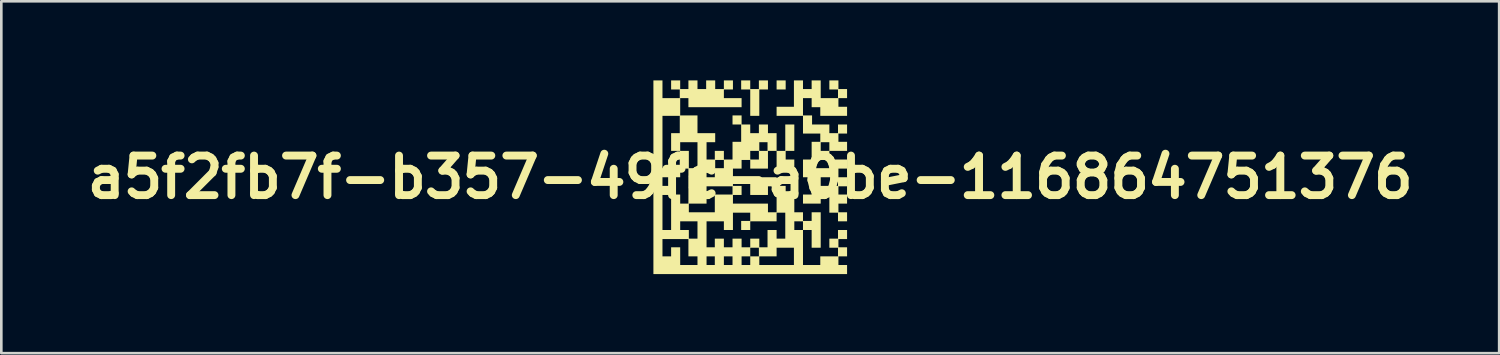
<source format=kicad_pcb>
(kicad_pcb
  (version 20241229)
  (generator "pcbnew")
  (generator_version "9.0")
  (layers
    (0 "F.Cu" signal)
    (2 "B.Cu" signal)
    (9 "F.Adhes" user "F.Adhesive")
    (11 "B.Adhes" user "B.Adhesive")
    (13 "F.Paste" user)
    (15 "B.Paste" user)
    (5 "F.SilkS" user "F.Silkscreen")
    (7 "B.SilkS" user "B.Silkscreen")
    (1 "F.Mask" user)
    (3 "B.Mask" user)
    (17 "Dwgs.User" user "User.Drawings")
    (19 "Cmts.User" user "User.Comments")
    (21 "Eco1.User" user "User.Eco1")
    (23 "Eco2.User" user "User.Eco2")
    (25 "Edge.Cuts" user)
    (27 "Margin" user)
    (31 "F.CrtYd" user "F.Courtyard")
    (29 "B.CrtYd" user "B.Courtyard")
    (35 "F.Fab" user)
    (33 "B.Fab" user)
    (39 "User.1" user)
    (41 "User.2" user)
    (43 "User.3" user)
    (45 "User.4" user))
  (footprint "a5f2fb7f-b357-49fc-a0be-116864751376"
    (layer "F.Cu")
    (at 25.407 3.673)
    (property "Reference" "a5f2fb7f-b357-49fc-a0be-116864751376" (at 0 0 0) (layer "F.SilkS") (effects (font (size 1.5 1.5) (thickness 0.3))))
    (attr board_only exclude_from_pos_files exclude_from_bom)
    (fp_poly (pts (xy 1.344 -3.501) (xy 1.344 -3.329) (xy 1.172 -3.329) (xy 1 -3.329) (xy 1 -3.501) (xy 1 -3.673) (xy 1.172 -3.673) (xy 1.344 -3.673)) (stroke (width 0) (type solid)) (fill yes) (layer "F.SilkS"))
    (fp_poly (pts (xy -0.000001 -3.509) (xy -0.000001 -3.345) (xy 0.164 -3.345) (xy 0.328 -3.345) (xy 0.328 -3.509) (xy 0.328 -3.673) (xy 0.5 -3.673) (xy 0.672 -3.673) (xy 0.672 -3.501) (xy 0.672 -3.329) (xy 0.508 -3.329) (xy 0.344 -3.329) (xy 0.344 -2.829) (xy 0.344 -2.329) (xy 0.172 -2.329) (xy -0.000001 -2.329) (xy -0.000001 -2.829) (xy -0.000001 -3.329) (xy -0.172 -3.329) (xy -0.344 -3.329) (xy -0.344 -3.501) (xy -0.344 -3.673) (xy -0.172 -3.673) (xy -0.000001 -3.673)) (stroke (width 0) (type solid)) (fill yes) (layer "F.SilkS"))
    (fp_poly (pts (xy 2.001 -3.509) (xy 2.001 -3.345) (xy 2.165 -3.345) (xy 2.329 -3.345) (xy 2.329 -3.509) (xy 2.329 -3.673) (xy 2.501 -3.673) (xy 2.673 -3.673) (xy 2.673 -3.337) (xy 2.673 -3.001) (xy 3.001 -3.001) (xy 3.329 -3.001) (xy 3.329 -3.165) (xy 3.329 -3.329) (xy 3.165 -3.329) (xy 3.001 -3.329) (xy 3.001 -3.501) (xy 3.001 -3.673) (xy 3.173 -3.673) (xy 3.345 -3.673) (xy 3.345 -3.509) (xy 3.345 -3.345) (xy 3.509 -3.345) (xy 3.673 -3.345) (xy 3.673 -3.173) (xy 3.673 -3.001) (xy 3.509 -3.001) (xy 3.345 -3.001) (xy 3.345 -2.837) (xy 3.345 -2.673) (xy 3.509 -2.673) (xy 3.673 -2.673) (xy 3.673 -2.501) (xy 3.673 -2.329) (xy 3.165 -2.329) (xy 2.657 -2.329) (xy 2.657 -2.493) (xy 2.657 -2.657) (xy 2.493 -2.657) (xy 2.329 -2.657) (xy 2.329 -2.829) (xy 2.329 -3.001) (xy 2.165 -3.001) (xy 2.001 -3.001) (xy 2.001 -2.673) (xy 2.001 -2.345) (xy 2.173 -2.345) (xy 2.345 -2.345) (xy 2.345 -2.173) (xy 2.345 -2.001) (xy 2.673 -2.001) (xy 3.001 -2.001) (xy 3.001 -1.837) (xy 3.001 -1.672) (xy 3.165 -1.672) (xy 3.329 -1.672) (xy 3.329 -1.837) (xy 3.329 -2.001) (xy 3.501 -2.001) (xy 3.673 -2.001) (xy 3.673 -1.829) (xy 3.673 -1.657) (xy 3.509 -1.657) (xy 3.345 -1.657) (xy 3.345 -1.501) (xy 3.345 -1.344) (xy 3.509 -1.344) (xy 3.673 -1.344) (xy 3.673 -1.172) (xy 3.673 -1) (xy 3.337 -1) (xy 3.001 -1) (xy 3.001 -0.836) (xy 3.001 -0.672) (xy 3.337 -0.672) (xy 3.673 -0.672) (xy 3.673 -0.5) (xy 3.673 -0.328) (xy 3.509 -0.328) (xy 3.345 -0.328) (xy 3.345 -0.164) (xy 3.345 -0.000001) (xy 3.509 -0.000001) (xy 3.673 -0.000001) (xy 3.673 0.172) (xy 3.673 0.344) (xy 3.509 0.344) (xy 3.345 0.344) (xy 3.345 0.5) (xy 3.345 0.656) (xy 3.509 0.656) (xy 3.673 0.656) (xy 3.673 0.828) (xy 3.673 1) (xy 3.509 1) (xy 3.345 1) (xy 3.345 1.164) (xy 3.345 1.329) (xy 3.509 1.329) (xy 3.673 1.329) (xy 3.673 1.501) (xy 3.673 1.672) (xy 3.501 1.672) (xy 3.329 1.672) (xy 3.329 1.508) (xy 3.329 1.344) (xy 3.165 1.344) (xy 3.001 1.344) (xy 3.001 1.008) (xy 3.001 0.672) (xy 2.837 0.672) (xy 2.673 0.672) (xy 2.673 0.836) (xy 2.673 1) (xy 2.337 1) (xy 2.001 1) (xy 2.001 0.828) (xy 2.001 0.656) (xy 2.165 0.656) (xy 2.329 0.656) (xy 2.329 0.328) (xy 2.329 0.164) (xy 2.673 0.164) (xy 2.673 0.328) (xy 3.001 0.328) (xy 3.329 0.328) (xy 3.329 0.164) (xy 3.329 -0.000001) (xy 3.001 -0.000001) (xy 2.673 -0.000001) (xy 2.673 0.164) (xy 2.329 0.164) (xy 2.329 -0.000001) (xy 2.165 -0.000001) (xy 2.001 -0.000001) (xy 2.001 -0.336) (xy 2.001 -0.5) (xy 2.345 -0.5) (xy 2.345 -0.344) (xy 2.673 -0.344) (xy 3.001 -0.344) (xy 3.001 -0.5) (xy 3.001 -0.656) (xy 2.673 -0.656) (xy 2.345 -0.656) (xy 2.345 -0.5) (xy 2.001 -0.5) (xy 2.001 -0.672) (xy 2.165 -0.672) (xy 2.329 -0.672) (xy 2.329 -1.008) (xy 2.329 -1.164) (xy 2.673 -1.164) (xy 2.673 -1) (xy 2.837 -1) (xy 3.001 -1) (xy 3.001 -1.164) (xy 3.001 -1.329) (xy 2.837 -1.329) (xy 2.673 -1.329) (xy 2.673 -1.164) (xy 2.329 -1.164) (xy 2.329 -1.344) (xy 2.493 -1.344) (xy 2.657 -1.344) (xy 2.657 -1.501) (xy 2.657 -1.657) (xy 2.329 -1.657) (xy 2.001 -1.657) (xy 2.001 -1.993) (xy 2.001 -2.329) (xy 1.501 -2.329) (xy 1 -2.329) (xy 1 -2.501) (xy 1 -2.673) (xy 1.329 -2.673) (xy 1.657 -2.673) (xy 1.657 -3.173) (xy 1.657 -3.673) (xy 1.829 -3.673) (xy 2.001 -3.673)) (stroke (width 0) (type solid)) (fill yes) (layer "F.SilkS"))
    (fp_poly (pts (xy -3.329 -3.337) (xy -3.329 -3.001) (xy -3.001 -3.001) (xy -2.673 -3.001) (xy -2.673 -3.165) (xy -2.673 -3.329) (xy -2.837 -3.329) (xy -3.001 -3.329) (xy -3.001 -3.501) (xy -3.001 -3.673) (xy -2.829 -3.673) (xy -2.657 -3.673) (xy -2.657 -3.509) (xy -2.657 -3.345) (xy -2.501 -3.345) (xy -2.345 -3.345) (xy -2.345 -3.509) (xy -2.345 -3.673) (xy -2.173 -3.673) (xy -2.001 -3.673) (xy -2.001 -3.509) (xy -2.001 -3.345) (xy -1.837 -3.345) (xy -1.672 -3.345) (xy -1.672 -3.509) (xy -1.672 -3.673) (xy -1.501 -3.673) (xy -1.329 -3.673) (xy -1.329 -3.509) (xy -1.329 -3.345) (xy -1.164 -3.345) (xy -1 -3.345) (xy -1 -3.509) (xy -1 -3.673) (xy -0.828 -3.673) (xy -0.656 -3.673) (xy -0.656 -3.501) (xy -0.656 -3.329) (xy -0.828 -3.329) (xy -1 -3.329) (xy -1 -3.165) (xy -1 -3.001) (xy -0.664 -3.001) (xy -0.328 -3.001) (xy -0.328 -2.829) (xy -0.328 -2.657) (xy -1.336 -2.657) (xy -2.345 -2.657) (xy -2.345 -2.829) (xy -2.345 -3.001) (xy -2.501 -3.001) (xy -2.657 -3.001) (xy -2.657 -2.673) (xy -2.657 -2.345) (xy -2.329 -2.345) (xy -2.001 -2.345) (xy -2.001 -2.009) (xy -2.001 -1.672) (xy -1.665 -1.672) (xy -1.329 -1.672) (xy -1.329 -1.501) (xy -1.329 -1.329) (xy -1.493 -1.329) (xy -1.657 -1.329) (xy -1.657 -1) (xy -1.657 -0.672) (xy -1.501 -0.672) (xy -1.344 -0.672) (xy -1.344 -0.836) (xy -1.344 -1) (xy -1.172 -1) (xy -1 -1) (xy -1 -0.836) (xy -1 -0.672) (xy -0.836 -0.672) (xy -0.672 -0.672) (xy -0.672 -0.836) (xy -0.000001 -0.836) (xy -0.000001 -0.672) (xy 0.164 -0.672) (xy 0.328 -0.672) (xy 0.328 -0.836) (xy 0.328 -1) (xy 0.164 -1) (xy -0.000001 -1) (xy -0.000001 -0.836) (xy -0.672 -0.836) (xy -0.672 -1.008) (xy -0.672 -1.164) (xy 0.344 -1.164) (xy 0.344 -1) (xy 0.5 -1) (xy 0.656 -1) (xy 0.656 -1.164) (xy 0.656 -1.329) (xy 0.5 -1.329) (xy 0.344 -1.329) (xy 0.344 -1.164) (xy -0.672 -1.164) (xy -0.672 -1.344) (xy -0.508 -1.344) (xy -0.344 -1.344) (xy -0.344 -1.672) (xy -0.344 -2.001) (xy -0.508 -2.001) (xy -0.672 -2.001) (xy -0.672 -2.173) (xy -0.672 -2.345) (xy -0.5 -2.345) (xy -0.328 -2.345) (xy -0.328 -2.173) (xy -0.328 -2.001) (xy -0.164 -2.001) (xy -0.000001 -2.001) (xy -0.000001 -1.837) (xy -0.000001 -1.672) (xy 0.164 -1.672) (xy 0.328 -1.672) (xy 0.328 -1.837) (xy 0.328 -2.001) (xy 0.5 -2.001) (xy 0.672 -2.001) (xy 0.672 -1.837) (xy 0.672 -1.672) (xy 0.836 -1.672) (xy 1 -1.672) (xy 1 -1.336) (xy 1 -1) (xy 1.164 -1) (xy 1.329 -1) (xy 1.329 -1.501) (xy 1.329 -2.001) (xy 1.501 -2.001) (xy 1.672 -2.001) (xy 1.672 -1.501) (xy 1.672 -1) (xy 1.508 -1) (xy 1.344 -1) (xy 1.344 -0.836) (xy 1.344 -0.672) (xy 1.508 -0.672) (xy 1.672 -0.672) (xy 1.672 -0.5) (xy 1.672 -0.328) (xy 1.336 -0.328) (xy 1 -0.328) (xy 1 -0.664) (xy 1 -1) (xy 0.836 -1) (xy 0.672 -1) (xy 0.672 -0.664) (xy 0.672 -0.328) (xy 0.336 -0.328) (xy -0.000001 -0.328) (xy -0.000001 -0.492) (xy -0.000001 -0.656) (xy -0.164 -0.656) (xy -0.328 -0.656) (xy -0.328 -0.492) (xy -0.328 -0.328) (xy -0.492 -0.328) (xy -0.656 -0.328) (xy -0.656 -0.000001) (xy -0.656 0.328) (xy -0.492 0.328) (xy -0.328 0.328) (xy -0.328 0.5) (xy -0.328 0.672) (xy -0.492 0.672) (xy -0.656 0.672) (xy -0.656 0.836) (xy -0.656 1) (xy 0.008 1) (xy 0.672 1) (xy 0.672 1.164) (xy 0.672 1.329) (xy 0.836 1.329) (xy 1 1.329) (xy 1 0.836) (xy 1 0.344) (xy 0.836 0.344) (xy 0.672 0.344) (xy 0.672 0.508) (xy 0.672 0.672) (xy 0.336 0.672) (xy -0.000001 0.672) (xy -0.000001 0.336) (xy -0.000001 -0.000001) (xy 0.5 -0.000001) (xy 1 -0.000001) (xy 1 0.164) (xy 1 0.328) (xy 1.172 0.328) (xy 1.344 0.328) (xy 1.344 0.492) (xy 1.344 0.656) (xy 1.508 0.656) (xy 1.672 0.656) (xy 1.672 0.993) (xy 1.672 1.329) (xy 1.837 1.329) (xy 2.001 1.329) (xy 2.001 1.493) (xy 2.001 1.657) (xy 2.165 1.657) (xy 2.329 1.657) (xy 2.329 1.493) (xy 2.329 1.329) (xy 2.501 1.329) (xy 2.673 1.329) (xy 2.673 2.001) (xy 2.673 2.673) (xy 2.501 2.673) (xy 2.329 2.673) (xy 2.329 2.337) (xy 2.329 2.001) (xy 2.165 2.001) (xy 2.001 2.001) (xy 2.001 2.665) (xy 2.001 3.329) (xy 2.329 3.329) (xy 2.657 3.329) (xy 2.657 3.165) (xy 2.657 3.001) (xy 2.993 3.001) (xy 3.329 3.001) (xy 3.329 2.837) (xy 3.329 2.673) (xy 3.165 2.673) (xy 3.001 2.673) (xy 3.001 2.501) (xy 3.001 2.329) (xy 3.165 2.329) (xy 3.329 2.329) (xy 3.329 2.165) (xy 3.329 2.001) (xy 3.501 2.001) (xy 3.673 2.001) (xy 3.673 2.173) (xy 3.673 2.345) (xy 3.509 2.345) (xy 3.345 2.345) (xy 3.345 2.501) (xy 3.345 2.657) (xy 3.509 2.657) (xy 3.673 2.657) (xy 3.673 2.829) (xy 3.673 3.001) (xy 3.509 3.001) (xy 3.345 3.001) (xy 3.345 3.165) (xy 3.345 3.329) (xy 3.509 3.329) (xy 3.673 3.329) (xy 3.673 3.501) (xy 3.673 3.673) (xy -0.000001 3.673) (xy -3.673 3.673) (xy -3.673 2.673) (xy -3.329 2.673) (xy -3.329 3.001) (xy -3.165 3.001) (xy -3.001 3.001) (xy -3.001 2.829) (xy -3.001 2.657) (xy -2.829 2.657) (xy -2.657 2.657) (xy -2.657 2.993) (xy -2.657 3.329) (xy -2.329 3.329) (xy -2.001 3.329) (xy -2.001 3.165) (xy -1.657 3.165) (xy -1.657 3.329) (xy -1.501 3.329) (xy -1.344 3.329) (xy -1.344 3.165) (xy -1 3.165) (xy -1 3.329) (xy -0.836 3.329) (xy -0.672 3.329) (xy -0.672 3.165) (xy -0.672 3.001) (xy -0.328 3.001) (xy -0.328 3.165) (xy -0.328 3.329) (xy -0.164 3.329) (xy -0.000001 3.329) (xy -0.000001 3.165) (xy -0.000001 3.001) (xy 0.164 3.001) (xy 0.328 3.001) (xy 0.344 3.001) (xy 0.344 3.165) (xy 0.344 3.329) (xy 1 3.329) (xy 1.657 3.329) (xy 1.657 3.001) (xy 1.657 2.673) (xy 1.329 2.673) (xy 1 2.673) (xy 1 2.837) (xy 1 3.001) (xy 0.672 3.001) (xy 0.344 3.001) (xy 0.328 3.001) (xy 0.328 2.837) (xy 0.328 2.673) (xy 0.164 2.673) (xy -0.000001 2.673) (xy -0.000001 2.837) (xy -0.000001 3.001) (xy -0.164 3.001) (xy -0.328 3.001) (xy -0.672 3.001) (xy -0.836 3.001) (xy -1 3.001) (xy -1 3.165) (xy -1.344 3.165) (xy -1.344 3.001) (xy -1.501 3.001) (xy -1.657 3.001) (xy -1.657 3.165) (xy -2.001 3.165) (xy -2.001 3.001) (xy -2.173 3.001) (xy -2.345 3.001) (xy -2.345 2.673) (xy -2.345 2.345) (xy -2.837 2.345) (xy -3.329 2.345) (xy -3.329 2.673) (xy -3.673 2.673) (xy -3.673 1.336) (xy -3.329 1.336) (xy -3.329 2.001) (xy -3.165 2.001) (xy -3.001 2.001) (xy -3.001 1.837) (xy -2.657 1.837) (xy -2.657 2.001) (xy -2.493 2.001) (xy -2.329 2.001) (xy -2.329 2.165) (xy -2.329 2.329) (xy -2.165 2.329) (xy -2.001 2.329) (xy -2.001 2.001) (xy -2.001 1.672) (xy -1.657 1.672) (xy -1.657 2.165) (xy -1.657 2.657) (xy -1.501 2.657) (xy -1.344 2.657) (xy -1.344 2.493) (xy -1.344 2.329) (xy -1.172 2.329) (xy -1 2.329) (xy -1 2.493) (xy -1 2.657) (xy -0.836 2.657) (xy -0.672 2.657) (xy -0.672 2.493) (xy -0.672 2.329) (xy -0.5 2.329) (xy -0.328 2.329) (xy -0.328 2.493) (xy -0.328 2.657) (xy -0.164 2.657) (xy -0.000001 2.657) (xy -0.000001 2.493) (xy -0.000001 2.329) (xy 0.172 2.329) (xy 0.344 2.329) (xy 0.344 2.493) (xy 0.344 2.657) (xy 0.5 2.657) (xy 0.656 2.657) (xy 0.656 2.329) (xy 0.656 2.001) (xy 0.828 2.001) (xy 1 2.001) (xy 1 2.165) (xy 1 2.329) (xy 1.164 2.329) (xy 1.329 2.329) (xy 1.329 1.837) (xy 1.672 1.837) (xy 1.672 2.001) (xy 1.837 2.001) (xy 2.001 2.001) (xy 2.001 1.837) (xy 2.001 1.672) (xy 1.837 1.672) (xy 1.672 1.672) (xy 1.672 1.837) (xy 1.329 1.837) (xy 1.329 1.344) (xy 1.164 1.344) (xy 1 1.344) (xy 1 1.508) (xy 1 1.672) (xy 0.5 1.672) (xy -0.000001 1.672) (xy -0.000001 1.837) (xy -0.000001 2.001) (xy -0.172 2.001) (xy -0.344 2.001) (xy -0.344 1.829) (xy -0.344 1.657) (xy -0.172 1.657) (xy -0.000001 1.657) (xy -0.000001 1.501) (xy -0.000001 1.344) (xy -0.328 1.344) (xy -0.656 1.344) (xy -0.656 1.672) (xy -0.656 2.001) (xy -0.828 2.001) (xy -1 2.001) (xy -1 1.837) (xy -1 1.672) (xy -1.329 1.672) (xy -1.657 1.672) (xy -2.001 1.672) (xy -2.329 1.672) (xy -2.657 1.672) (xy -2.657 1.837) (xy -3.001 1.837) (xy -3.001 1.336) (xy -3.001 0.672) (xy -3.165 0.672) (xy -3.329 0.672) (xy -3.329 1.336) (xy -3.673 1.336) (xy -3.673 -0.000001) (xy -3.329 -0.000001) (xy -3.329 0.164) (xy -3.329 0.328) (xy -3.165 0.328) (xy -3.001 0.328) (xy -3.001 0.492) (xy -3.001 0.656) (xy -2.829 0.656) (xy -2.657 0.656) (xy -2.657 0.828) (xy -2.657 1) (xy -2.501 1) (xy -2.345 1) (xy -2.329 1) (xy -2.329 1.164) (xy -2.329 1.329) (xy -1.837 1.329) (xy -1.344 1.329) (xy -1.344 0.993) (xy -1.344 0.656) (xy -1.008 0.656) (xy -0.672 0.656) (xy -0.672 0.5) (xy -0.672 0.344) (xy -1.164 0.344) (xy -1.657 0.344) (xy -1.657 0.672) (xy -1.657 1) (xy -1.993 1) (xy -2.329 1) (xy -2.345 1) (xy -2.345 0.336) (xy -2.345 -0.164) (xy -1.657 -0.164) (xy -1.657 -0.000001) (xy -1.501 -0.000001) (xy -1.344 -0.000001) (xy -1.344 -0.164) (xy -1.344 -0.328) (xy -1.501 -0.328) (xy -1.657 -0.328) (xy -1.657 -0.164) (xy -2.345 -0.164) (xy -2.345 -0.328) (xy -2.501 -0.328) (xy -2.657 -0.328) (xy -2.657 -0.164) (xy -2.657 -0.000001) (xy -2.993 -0.000001) (xy -3.329 -0.000001) (xy -3.673 -0.000001) (xy -3.673 -1.336) (xy -3.329 -1.336) (xy -3.329 -0.344) (xy -3.001 -0.344) (xy -2.673 -0.344) (xy -2.673 -0.672) (xy -2.673 -1) (xy -2.837 -1) (xy -3.001 -1) (xy -3.001 -1.164) (xy -2.657 -1.164) (xy -2.657 -1) (xy -2.493 -1) (xy -2.329 -1) (xy -2.329 -0.672) (xy -2.329 -0.344) (xy -2.165 -0.344) (xy -2.001 -0.344) (xy -2.001 -0.5) (xy -1.329 -0.5) (xy -1.329 -0.344) (xy -1.164 -0.344) (xy -1 -0.344) (xy -1 -0.5) (xy -1 -0.656) (xy -1.164 -0.656) (xy -1.329 -0.656) (xy -1.329 -0.5) (xy -2.001 -0.5) (xy -2.001 -0.836) (xy -2.001 -1.329) (xy -2.329 -1.329) (xy -2.657 -1.329) (xy -2.657 -1.164) (xy -3.001 -1.164) (xy -3.001 -1.336) (xy -3.001 -1.672) (xy -2.837 -1.672) (xy -2.673 -1.672) (xy -2.673 -2.001) (xy -2.673 -2.329) (xy -3.001 -2.329) (xy -3.329 -2.329) (xy -3.329 -1.336) (xy -3.673 -1.336) (xy -3.673 -3.673) (xy -3.501 -3.673) (xy -3.329 -3.673)) (stroke (width 0) (type solid)) (fill yes) (layer "F.SilkS")))
  (gr_rect
    (start -3 -3)
    (end 53.814 10.346)
    (stroke (width 0.1) (type default))
    (fill no)
    (layer "Edge.Cuts")))
</source>
